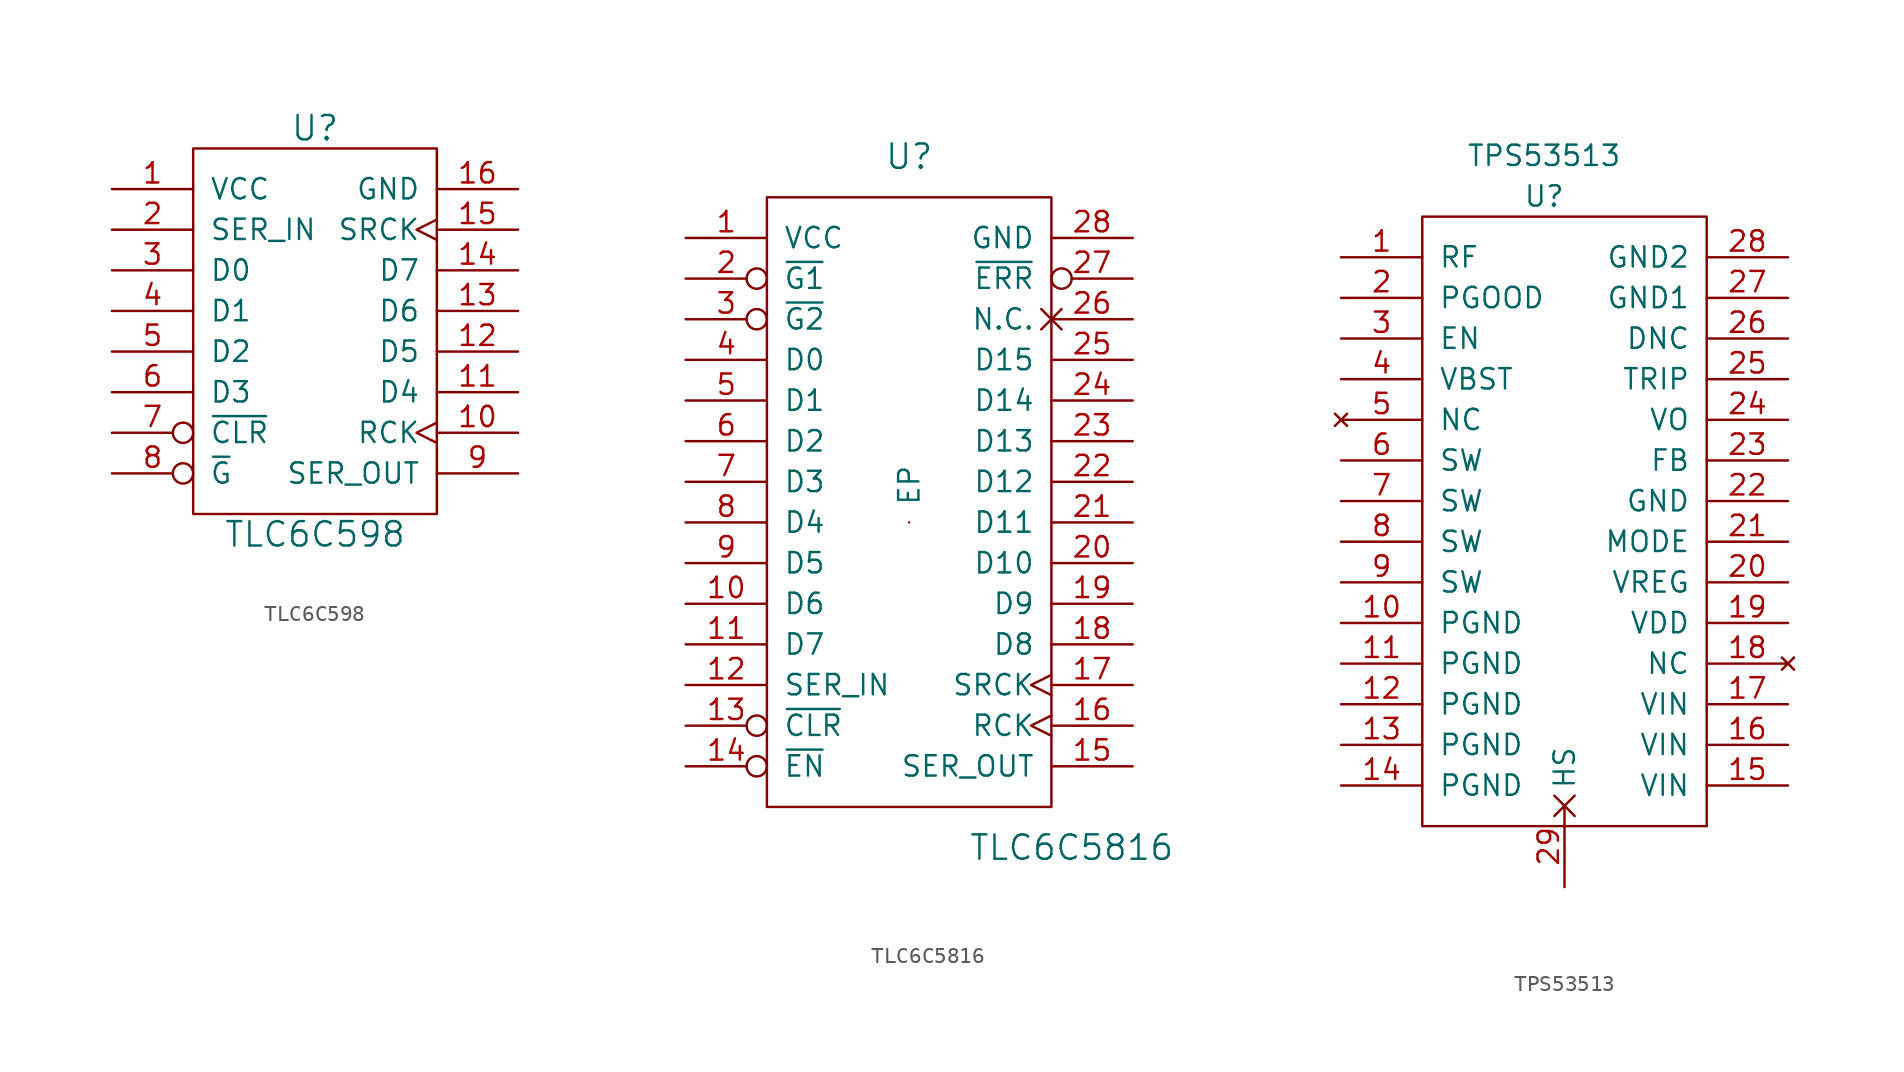
<source format=kicad_sym>
(kicad_symbol_lib
  (version 20211014)
  (generator kicad_symbol_editor)
  (symbol "TLC6C598"
    (pin_names
      (offset 1.016))
    (property "Reference" "U"
      (at 0 12.7 0)
      (effects (font (size 1.524 1.524))))
    (property "Value" "TLC6C598"
      (at 0 -12.7 0)
      (effects (font (size 1.524 1.524))))
    (symbol "TLC6C598_0_1"
      (rectangle (start -7.62 11.43) (end 7.62 -11.43) (stroke (width 0) (type default) (color 0 0 0 0)) (fill (type none))))
    (symbol "TLC6C598_1_1"
      (pin power_in line (at -12.7 8.89 0) (length 5.08) (name "VCC" (effects (font (size 1.27 1.27)))) (number "1" (effects (font (size 1.27 1.27)))))
      (pin input clock (at 12.7 -6.35 180) (length 5.08) (name "RCK" (effects (font (size 1.27 1.27)))) (number "10" (effects (font (size 1.27 1.27)))))
      (pin input line (at 12.7 -3.81 180) (length 5.08) (name "D4" (effects (font (size 1.27 1.27)))) (number "11" (effects (font (size 1.27 1.27)))))
      (pin input line (at 12.7 -1.27 180) (length 5.08) (name "D5" (effects (font (size 1.27 1.27)))) (number "12" (effects (font (size 1.27 1.27)))))
      (pin input line (at 12.7 1.27 180) (length 5.08) (name "D6" (effects (font (size 1.27 1.27)))) (number "13" (effects (font (size 1.27 1.27)))))
      (pin input line (at 12.7 3.81 180) (length 5.08) (name "D7" (effects (font (size 1.27 1.27)))) (number "14" (effects (font (size 1.27 1.27)))))
      (pin input clock (at 12.7 6.35 180) (length 5.08) (name "SRCK" (effects (font (size 1.27 1.27)))) (number "15" (effects (font (size 1.27 1.27)))))
      (pin power_in line (at 12.7 8.89 180) (length 5.08) (name "GND" (effects (font (size 1.27 1.27)))) (number "16" (effects (font (size 1.27 1.27)))))
      (pin input line (at -12.7 6.35 0) (length 5.08) (name "SER_IN" (effects (font (size 1.27 1.27)))) (number "2" (effects (font (size 1.27 1.27)))))
      (pin input line (at -12.7 3.81 0) (length 5.08) (name "D0" (effects (font (size 1.27 1.27)))) (number "3" (effects (font (size 1.27 1.27)))))
      (pin input line (at -12.7 1.27 0) (length 5.08) (name "D1" (effects (font (size 1.27 1.27)))) (number "4" (effects (font (size 1.27 1.27)))))
      (pin input line (at -12.7 -1.27 0) (length 5.08) (name "D2" (effects (font (size 1.27 1.27)))) (number "5" (effects (font (size 1.27 1.27)))))
      (pin input line (at -12.7 -3.81 0) (length 5.08) (name "D3" (effects (font (size 1.27 1.27)))) (number "6" (effects (font (size 1.27 1.27)))))
      (pin input inverted (at -12.7 -6.35 0) (length 5.08) (name "~{CLR}" (effects (font (size 1.27 1.27)))) (number "7" (effects (font (size 1.27 1.27)))))
      (pin input inverted (at -12.7 -8.89 0) (length 5.08) (name "~{G}" (effects (font (size 1.27 1.27)))) (number "8" (effects (font (size 1.27 1.27)))))
      (pin output line (at 12.7 -8.89 180) (length 5.08) (name "SER_OUT" (effects (font (size 1.27 1.27)))) (number "9" (effects (font (size 1.27 1.27)))))))
  (symbol "TLC6C5816"
    (pin_names
      (offset 1.016))
    (property "Reference" "U"
      (at 0 22.86 0)
      (effects (font (size 1.524 1.524))))
    (property "Value" "TLC6C5816"
      (at 10.16 -20.32 0)
      (effects (font (size 1.524 1.524))))
    (symbol "TLC6C5816_0_1"
      (rectangle (start -8.89 20.32) (end 8.89 -17.78) (stroke (width 0) (type default) (color 0 0 0 0)) (fill (type none))))
    (symbol "TLC6C5816_1_1"
      (pin passive line (at 0 0 90) (length 0) (name "EP" (effects (font (size 1.27 1.27)))) (number "" (effects (font (size 1.27 1.27)))))
      (pin power_in line (at -13.97 17.78 0) (length 5.08) (name "VCC" (effects (font (size 1.27 1.27)))) (number "1" (effects (font (size 1.27 1.27)))))
      (pin input line (at -13.97 -5.08 0) (length 5.08) (name "D6" (effects (font (size 1.27 1.27)))) (number "10" (effects (font (size 1.27 1.27)))))
      (pin input line (at -13.97 -7.62 0) (length 5.08) (name "D7" (effects (font (size 1.27 1.27)))) (number "11" (effects (font (size 1.27 1.27)))))
      (pin input line (at -13.97 -10.16 0) (length 5.08) (name "SER_IN" (effects (font (size 1.27 1.27)))) (number "12" (effects (font (size 1.27 1.27)))))
      (pin input inverted (at -13.97 -12.7 0) (length 5.08) (name "~{CLR}" (effects (font (size 1.27 1.27)))) (number "13" (effects (font (size 1.27 1.27)))))
      (pin input inverted (at -13.97 -15.24 0) (length 5.08) (name "~{EN}" (effects (font (size 1.27 1.27)))) (number "14" (effects (font (size 1.27 1.27)))))
      (pin output line (at 13.97 -15.24 180) (length 5.08) (name "SER_OUT" (effects (font (size 1.27 1.27)))) (number "15" (effects (font (size 1.27 1.27)))))
      (pin input clock (at 13.97 -12.7 180) (length 5.08) (name "RCK" (effects (font (size 1.27 1.27)))) (number "16" (effects (font (size 1.27 1.27)))))
      (pin input clock (at 13.97 -10.16 180) (length 5.08) (name "SRCK" (effects (font (size 1.27 1.27)))) (number "17" (effects (font (size 1.27 1.27)))))
      (pin input line (at 13.97 -7.62 180) (length 5.08) (name "D8" (effects (font (size 1.27 1.27)))) (number "18" (effects (font (size 1.27 1.27)))))
      (pin input line (at 13.97 -5.08 180) (length 5.08) (name "D9" (effects (font (size 1.27 1.27)))) (number "19" (effects (font (size 1.27 1.27)))))
      (pin input inverted (at -13.97 15.24 0) (length 5.08) (name "~{G1}" (effects (font (size 1.27 1.27)))) (number "2" (effects (font (size 1.27 1.27)))))
      (pin input line (at 13.97 -2.54 180) (length 5.08) (name "D10" (effects (font (size 1.27 1.27)))) (number "20" (effects (font (size 1.27 1.27)))))
      (pin input line (at 13.97 0 180) (length 5.08) (name "D11" (effects (font (size 1.27 1.27)))) (number "21" (effects (font (size 1.27 1.27)))))
      (pin input line (at 13.97 2.54 180) (length 5.08) (name "D12" (effects (font (size 1.27 1.27)))) (number "22" (effects (font (size 1.27 1.27)))))
      (pin input line (at 13.97 5.08 180) (length 5.08) (name "D13" (effects (font (size 1.27 1.27)))) (number "23" (effects (font (size 1.27 1.27)))))
      (pin input line (at 13.97 7.62 180) (length 5.08) (name "D14" (effects (font (size 1.27 1.27)))) (number "24" (effects (font (size 1.27 1.27)))))
      (pin input line (at 13.97 10.16 180) (length 5.08) (name "D15" (effects (font (size 1.27 1.27)))) (number "25" (effects (font (size 1.27 1.27)))))
      (pin input non_logic (at 13.97 12.7 180) (length 5.08) (name "N.C." (effects (font (size 1.27 1.27)))) (number "26" (effects (font (size 1.27 1.27)))))
      (pin output inverted (at 13.97 15.24 180) (length 5.08) (name "~{ERR}" (effects (font (size 1.27 1.27)))) (number "27" (effects (font (size 1.27 1.27)))))
      (pin power_in line (at 13.97 17.78 180) (length 5.08) (name "GND" (effects (font (size 1.27 1.27)))) (number "28" (effects (font (size 1.27 1.27)))))
      (pin input inverted (at -13.97 12.7 0) (length 5.08) (name "~{G2}" (effects (font (size 1.27 1.27)))) (number "3" (effects (font (size 1.27 1.27)))))
      (pin input line (at -13.97 10.16 0) (length 5.08) (name "D0" (effects (font (size 1.27 1.27)))) (number "4" (effects (font (size 1.27 1.27)))))
      (pin input line (at -13.97 7.62 0) (length 5.08) (name "D1" (effects (font (size 1.27 1.27)))) (number "5" (effects (font (size 1.27 1.27)))))
      (pin input line (at -13.97 5.08 0) (length 5.08) (name "D2" (effects (font (size 1.27 1.27)))) (number "6" (effects (font (size 1.27 1.27)))))
      (pin input line (at -13.97 2.54 0) (length 5.08) (name "D3" (effects (font (size 1.27 1.27)))) (number "7" (effects (font (size 1.27 1.27)))))
      (pin input line (at -13.97 0 0) (length 5.08) (name "D4" (effects (font (size 1.27 1.27)))) (number "8" (effects (font (size 1.27 1.27)))))
      (pin input line (at -13.97 -2.54 0) (length 5.08) (name "D5" (effects (font (size 1.27 1.27)))) (number "9" (effects (font (size 1.27 1.27)))))))
  (symbol "TPS53513"
    (pin_names
      (offset 1.016))
    (property "Reference" "U"
      (at -1.27 19.05 0)
      (effects (font (size 1.27 1.27))))
    (property "Value" "TPS53513"
      (at -1.27 21.59 0)
      (effects (font (size 1.27 1.27))))
    (symbol "TPS53513_0_1"
      (rectangle (start -8.89 17.78) (end 8.89 -20.32) (stroke (width 0) (type default) (color 0 0 0 0)) (fill (type none))))
    (symbol "TPS53513_1_1"
      (pin input line (at -13.97 15.24 0) (length 5.08) (name "RF" (effects (font (size 1.27 1.27)))) (number "1" (effects (font (size 1.27 1.27)))))
      (pin input line (at -13.97 -7.62 0) (length 5.08) (name "PGND" (effects (font (size 1.27 1.27)))) (number "10" (effects (font (size 1.27 1.27)))))
      (pin input line (at -13.97 -10.16 0) (length 5.08) (name "PGND" (effects (font (size 1.27 1.27)))) (number "11" (effects (font (size 1.27 1.27)))))
      (pin input line (at -13.97 -12.7 0) (length 5.08) (name "PGND" (effects (font (size 1.27 1.27)))) (number "12" (effects (font (size 1.27 1.27)))))
      (pin input line (at -13.97 -15.24 0) (length 5.08) (name "PGND" (effects (font (size 1.27 1.27)))) (number "13" (effects (font (size 1.27 1.27)))))
      (pin input line (at -13.97 -17.78 0) (length 5.08) (name "PGND" (effects (font (size 1.27 1.27)))) (number "14" (effects (font (size 1.27 1.27)))))
      (pin input line (at 13.97 -17.78 180) (length 5.08) (name "VIN" (effects (font (size 1.27 1.27)))) (number "15" (effects (font (size 1.27 1.27)))))
      (pin input line (at 13.97 -15.24 180) (length 5.08) (name "VIN" (effects (font (size 1.27 1.27)))) (number "16" (effects (font (size 1.27 1.27)))))
      (pin input line (at 13.97 -12.7 180) (length 5.08) (name "VIN" (effects (font (size 1.27 1.27)))) (number "17" (effects (font (size 1.27 1.27)))))
      (pin no_connect line (at 13.97 -10.16 180) (length 5.08) (name "NC" (effects (font (size 1.27 1.27)))) (number "18" (effects (font (size 1.27 1.27)))))
      (pin input line (at 13.97 -7.62 180) (length 5.08) (name "VDD" (effects (font (size 1.27 1.27)))) (number "19" (effects (font (size 1.27 1.27)))))
      (pin input line (at -13.97 12.7 0) (length 5.08) (name "PGOOD" (effects (font (size 1.27 1.27)))) (number "2" (effects (font (size 1.27 1.27)))))
      (pin input line (at 13.97 -5.08 180) (length 5.08) (name "VREG" (effects (font (size 1.27 1.27)))) (number "20" (effects (font (size 1.27 1.27)))))
      (pin input line (at 13.97 -2.54 180) (length 5.08) (name "MODE" (effects (font (size 1.27 1.27)))) (number "21" (effects (font (size 1.27 1.27)))))
      (pin input line (at 13.97 0 180) (length 5.08) (name "GND" (effects (font (size 1.27 1.27)))) (number "22" (effects (font (size 1.27 1.27)))))
      (pin input line (at 13.97 2.54 180) (length 5.08) (name "FB" (effects (font (size 1.27 1.27)))) (number "23" (effects (font (size 1.27 1.27)))))
      (pin input line (at 13.97 5.08 180) (length 5.08) (name "VO" (effects (font (size 1.27 1.27)))) (number "24" (effects (font (size 1.27 1.27)))))
      (pin input line (at 13.97 7.62 180) (length 5.08) (name "TRIP" (effects (font (size 1.27 1.27)))) (number "25" (effects (font (size 1.27 1.27)))))
      (pin input line (at 13.97 10.16 180) (length 5.08) (name "DNC" (effects (font (size 1.27 1.27)))) (number "26" (effects (font (size 1.27 1.27)))))
      (pin input line (at 13.97 12.7 180) (length 5.08) (name "GND1" (effects (font (size 1.27 1.27)))) (number "27" (effects (font (size 1.27 1.27)))))
      (pin input line (at 13.97 15.24 180) (length 5.08) (name "GND2" (effects (font (size 1.27 1.27)))) (number "28" (effects (font (size 1.27 1.27)))))
      (pin unspecified non_logic (at 0 -24.13 90) (length 5.08) (name "HS" (effects (font (size 1.27 1.27)))) (number "29" (effects (font (size 1.27 1.27)))))
      (pin input line (at -13.97 10.16 0) (length 5.08) (name "EN" (effects (font (size 1.27 1.27)))) (number "3" (effects (font (size 1.27 1.27)))))
      (pin input line (at -13.97 7.62 0) (length 5.08) (name "VBST" (effects (font (size 1.27 1.27)))) (number "4" (effects (font (size 1.27 1.27)))))
      (pin no_connect line (at -13.97 5.08 0) (length 5.08) (name "NC" (effects (font (size 1.27 1.27)))) (number "5" (effects (font (size 1.27 1.27)))))
      (pin input line (at -13.97 2.54 0) (length 5.08) (name "SW" (effects (font (size 1.27 1.27)))) (number "6" (effects (font (size 1.27 1.27)))))
      (pin input line (at -13.97 0 0) (length 5.08) (name "SW" (effects (font (size 1.27 1.27)))) (number "7" (effects (font (size 1.27 1.27)))))
      (pin input line (at -13.97 -2.54 0) (length 5.08) (name "SW" (effects (font (size 1.27 1.27)))) (number "8" (effects (font (size 1.27 1.27)))))
      (pin input line (at -13.97 -5.08 0) (length 5.08) (name "SW" (effects (font (size 1.27 1.27)))) (number "9" (effects (font (size 1.27 1.27))))))))
</source>
